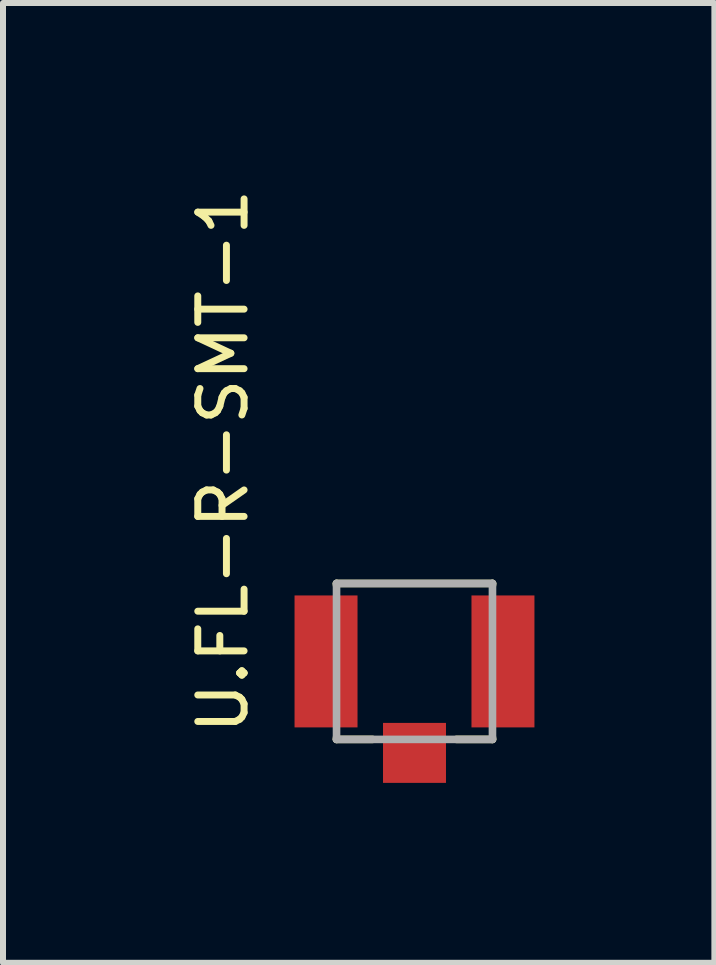
<source format=kicad_pcb>
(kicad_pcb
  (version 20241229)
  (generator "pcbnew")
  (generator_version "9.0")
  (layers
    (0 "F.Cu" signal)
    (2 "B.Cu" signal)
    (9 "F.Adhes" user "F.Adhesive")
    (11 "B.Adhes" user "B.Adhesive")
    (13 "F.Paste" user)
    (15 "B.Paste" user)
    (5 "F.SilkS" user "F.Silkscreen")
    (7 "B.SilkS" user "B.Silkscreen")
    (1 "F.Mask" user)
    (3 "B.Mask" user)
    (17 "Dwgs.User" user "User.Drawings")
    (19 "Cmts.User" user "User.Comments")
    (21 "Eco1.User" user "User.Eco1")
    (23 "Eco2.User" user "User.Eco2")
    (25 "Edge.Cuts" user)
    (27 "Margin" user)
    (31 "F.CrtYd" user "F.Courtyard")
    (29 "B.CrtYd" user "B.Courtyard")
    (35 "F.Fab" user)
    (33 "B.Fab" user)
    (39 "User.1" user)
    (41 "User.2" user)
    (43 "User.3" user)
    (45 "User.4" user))
  (footprint "U.FL-R-SMT-1"
    (layer "F.Cu")
    (at 3.861 7.978)
    (property "Reference" "U.FL-R-SMT-1" (at -2.741 1.261 90) (layer "F.SilkS") (effects (font (size 0.772 0.772) (thickness 0.116)) (justify left bottom)))
    (attr through_hole)
    (fp_line (start -1.3 -1.3) (end 1.3 -1.3) (stroke (width 0.127) (type solid)) (layer "F.SilkS"))
    (fp_line (start -1.3 -1.27) (end -1.3 -1.3) (stroke (width 0.127) (type solid)) (layer "F.SilkS"))
    (fp_line (start -1.3 1.3) (end -1.3 1.27) (stroke (width 0.127) (type solid)) (layer "F.SilkS"))
    (fp_line (start -0.7 1.3) (end -1.3 1.3) (stroke (width 0.127) (type solid)) (layer "F.SilkS"))
    (fp_line (start 0.7 1.3) (end 1.3 1.3) (stroke (width 0.127) (type solid)) (layer "F.SilkS"))
    (fp_line (start 1.3 -1.3) (end 1.3 -1.27) (stroke (width 0.127) (type solid)) (layer "F.SilkS"))
    (fp_line (start 1.3 1.3) (end 1.3 1.27) (stroke (width 0.127) (type solid)) (layer "F.SilkS"))
    (fp_line (start -1.3 -1.3) (end 1.3 -1.3) (stroke (width 0.127) (type solid)) (layer "F.Fab"))
    (fp_line (start -1.3 1.3) (end -1.3 -1.3) (stroke (width 0.127) (type solid)) (layer "F.Fab"))
    (fp_line (start 1.3 -1.3) (end 1.3 1.3) (stroke (width 0.127) (type solid)) (layer "F.Fab"))
    (fp_line (start 1.3 1.3) (end -1.3 1.3) (stroke (width 0.127) (type solid)) (layer "F.Fab"))
    (pad "GND1" smd rect (at -1.475 0) (size 1.05 2.2) (layers "F.Cu" "F.Mask" "F.Paste"))
    (pad "GND2" smd rect (at 1.475 0) (size 1.05 2.2) (layers "F.Cu" "F.Mask" "F.Paste"))
    (pad "SIG" smd rect (at 0 1.525) (size 1.05 1) (layers "F.Cu" "F.Mask" "F.Paste")))
  (gr_rect
    (start -3 -3)
    (end 8.861 13.003)
    (stroke (width 0.1) (type default))
    (fill no)
    (layer "Edge.Cuts")))
</source>
